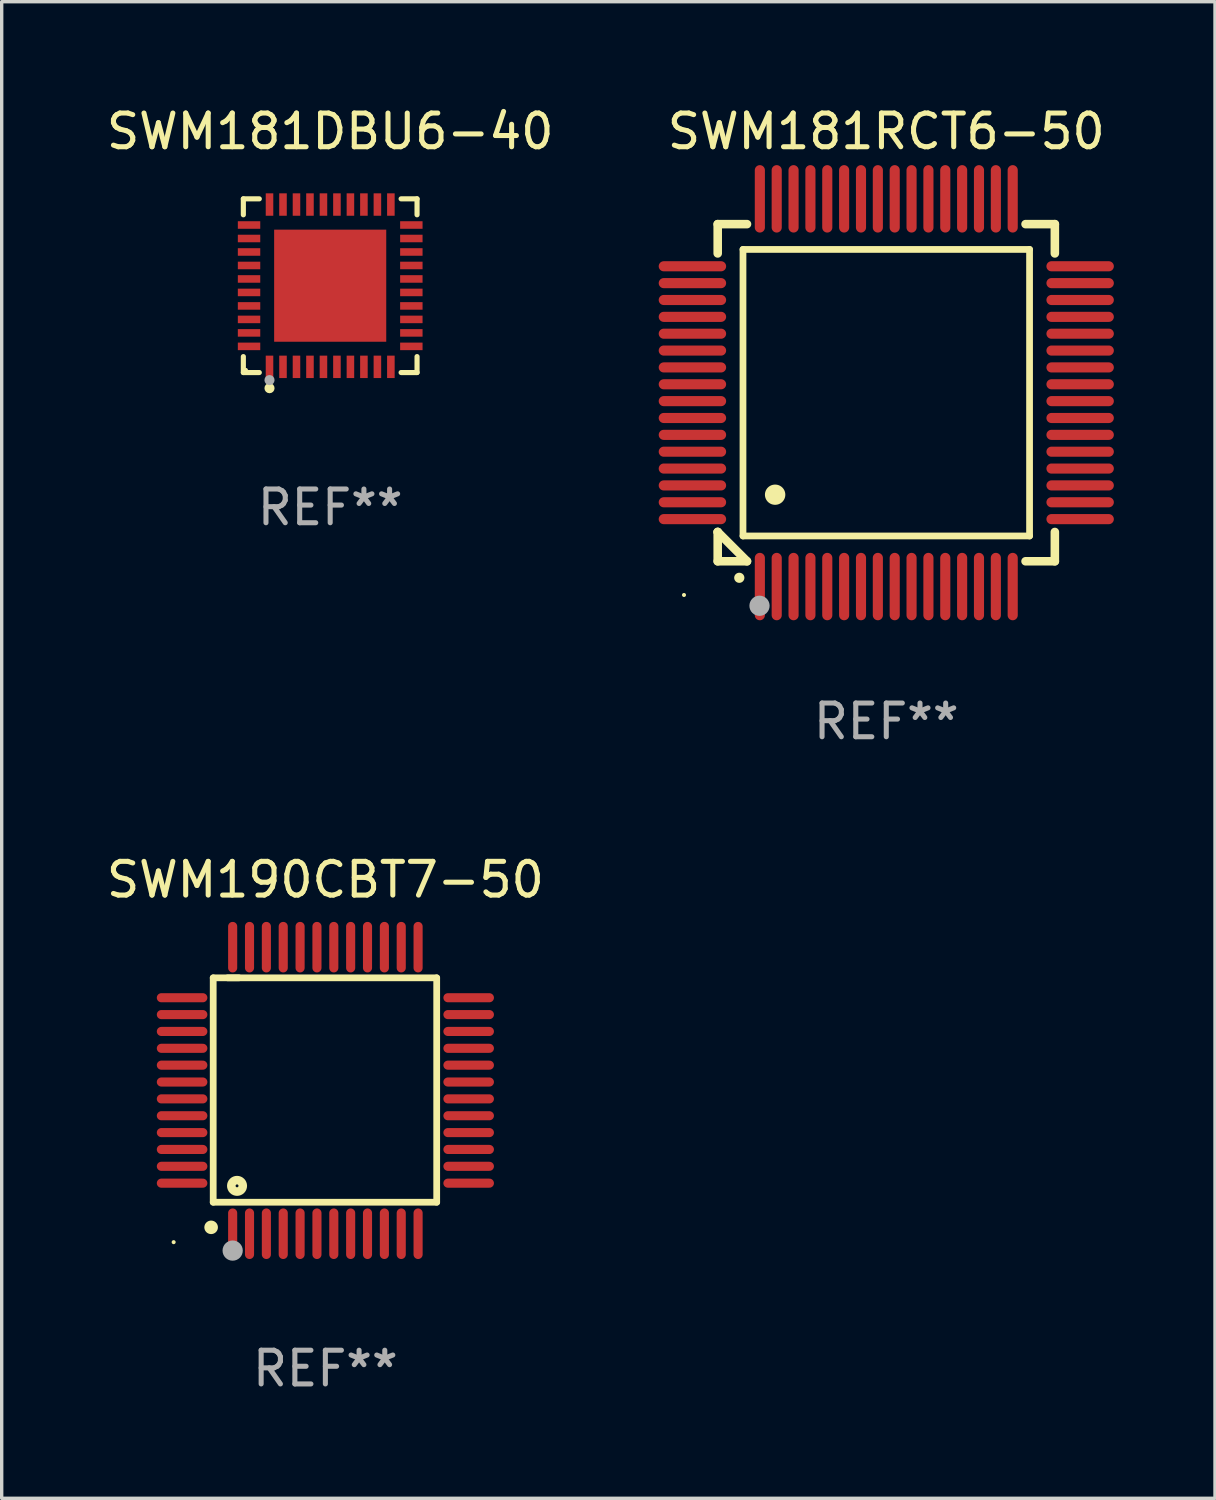
<source format=kicad_pcb>
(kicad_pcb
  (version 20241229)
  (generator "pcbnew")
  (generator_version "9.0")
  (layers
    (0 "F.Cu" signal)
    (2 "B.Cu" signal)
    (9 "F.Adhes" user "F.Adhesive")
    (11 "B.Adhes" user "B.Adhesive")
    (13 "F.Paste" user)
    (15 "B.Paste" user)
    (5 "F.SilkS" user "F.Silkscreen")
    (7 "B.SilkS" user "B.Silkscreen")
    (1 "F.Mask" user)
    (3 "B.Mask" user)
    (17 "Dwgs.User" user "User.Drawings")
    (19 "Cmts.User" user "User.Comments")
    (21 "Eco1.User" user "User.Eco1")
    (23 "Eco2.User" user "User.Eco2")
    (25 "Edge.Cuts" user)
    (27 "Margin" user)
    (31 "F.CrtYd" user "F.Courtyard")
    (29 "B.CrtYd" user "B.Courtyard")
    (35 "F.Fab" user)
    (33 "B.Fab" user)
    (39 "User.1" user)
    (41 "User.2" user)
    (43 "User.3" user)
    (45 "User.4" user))
  (footprint "SWM181RCT6-50"
    (layer "F.Cu")
    (at 23.238 8.598)
    (property "Reference" "SWM181RCT6-50" (at 0 -7.75 0) (layer "F.SilkS") (effects (font (size 1 1) (thickness 0.15))))
    (attr through_hole)
    (fp_line (start -5 -5) (end -4.131 -5) (stroke (width 0.254) (type solid)) (layer "F.SilkS"))
    (fp_line (start -5 -4.131) (end -5 -5) (stroke (width 0.254) (type solid)) (layer "F.SilkS"))
    (fp_line (start -5 4.131) (end -5 4.131) (stroke (width 0.254) (type solid)) (layer "F.SilkS"))
    (fp_line (start -5 5) (end -5 4.131) (stroke (width 0.254) (type solid)) (layer "F.SilkS"))
    (fp_line (start -5 4.131) (end -4.131 5) (stroke (width 0.254) (type solid)) (layer "F.SilkS"))
    (fp_line (start -4.25 -4.25) (end -4.25 4.25) (stroke (width 0.2) (type solid)) (layer "F.SilkS"))
    (fp_line (start -4.25 4.25) (end 4.25 4.25) (stroke (width 0.2) (type solid)) (layer "F.SilkS"))
    (fp_line (start -4.131 5) (end -5 5) (stroke (width 0.254) (type solid)) (layer "F.SilkS"))
    (fp_line (start 4.25 -4.25) (end -4.25 -4.25) (stroke (width 0.2) (type solid)) (layer "F.SilkS"))
    (fp_line (start 4.25 4.25) (end 4.25 -4.25) (stroke (width 0.2) (type solid)) (layer "F.SilkS"))
    (fp_line (start 5 -5) (end 4.131 -5) (stroke (width 0.254) (type solid)) (layer "F.SilkS"))
    (fp_line (start 5 -5) (end 5 -4.131) (stroke (width 0.254) (type solid)) (layer "F.SilkS"))
    (fp_line (start 5 4.131) (end 5 5) (stroke (width 0.254) (type solid)) (layer "F.SilkS"))
    (fp_line (start 5 5) (end 4.131 5) (stroke (width 0.254) (type solid)) (layer "F.SilkS"))
    (fp_arc (start -4.361265 5.489992) (mid -4.359995 5.489987) (end -4.358725 5.489992) (stroke (width 0.3) (type solid)) (layer "F.SilkS"))
    (fp_arc (start -3.299467 3.025146) (mid -3.296927 3.025135) (end -3.294387 3.025146) (stroke (width 0.6) (type solid)) (layer "F.SilkS"))
    (fp_circle (center -6 6) (end -5.97 6) (stroke (width 0.06) (type solid)) (fill no) (layer "F.SilkS"))
    (fp_circle (center -3.76 6.32) (end -3.61 6.32) (stroke (width 0.3) (type solid)) (fill no) (layer "F.Fab"))
    (fp_text user "REF**" (at 0 9.75 0) (layer "F.Fab") (effects (font (size 1 1) (thickness 0.15))))
    (pad "1" smd oval (at -3.75 5.75) (size 0.3 2) (layers "F.Cu" "F.Mask" "F.Paste"))
    (pad "2" smd oval (at -3.25 5.75) (size 0.3 2) (layers "F.Cu" "F.Mask" "F.Paste"))
    (pad "3" smd oval (at -2.75 5.75) (size 0.3 2) (layers "F.Cu" "F.Mask" "F.Paste"))
    (pad "4" smd oval (at -2.25 5.75) (size 0.3 2) (layers "F.Cu" "F.Mask" "F.Paste"))
    (pad "5" smd oval (at -1.75 5.75) (size 0.3 2) (layers "F.Cu" "F.Mask" "F.Paste"))
    (pad "6" smd oval (at -1.25 5.75) (size 0.3 2) (layers "F.Cu" "F.Mask" "F.Paste"))
    (pad "7" smd oval (at -0.75 5.75) (size 0.3 2) (layers "F.Cu" "F.Mask" "F.Paste"))
    (pad "8" smd oval (at -0.25 5.75) (size 0.3 2) (layers "F.Cu" "F.Mask" "F.Paste"))
    (pad "9" smd oval (at 0.25 5.75) (size 0.3 2) (layers "F.Cu" "F.Mask" "F.Paste"))
    (pad "10" smd oval (at 0.75 5.75) (size 0.3 2) (layers "F.Cu" "F.Mask" "F.Paste"))
    (pad "11" smd oval (at 1.25 5.75) (size 0.3 2) (layers "F.Cu" "F.Mask" "F.Paste"))
    (pad "12" smd oval (at 1.75 5.75) (size 0.3 2) (layers "F.Cu" "F.Mask" "F.Paste"))
    (pad "13" smd oval (at 2.25 5.75) (size 0.3 2) (layers "F.Cu" "F.Mask" "F.Paste"))
    (pad "14" smd oval (at 2.75 5.75) (size 0.3 2) (layers "F.Cu" "F.Mask" "F.Paste"))
    (pad "15" smd oval (at 3.25 5.75) (size 0.3 2) (layers "F.Cu" "F.Mask" "F.Paste"))
    (pad "16" smd oval (at 3.75 5.75) (size 0.3 2) (layers "F.Cu" "F.Mask" "F.Paste"))
    (pad "17" smd oval (at 5.75 3.75) (size 2 0.3) (layers "F.Cu" "F.Mask" "F.Paste"))
    (pad "18" smd oval (at 5.75 3.25) (size 2 0.3) (layers "F.Cu" "F.Mask" "F.Paste"))
    (pad "19" smd oval (at 5.75 2.75) (size 2 0.3) (layers "F.Cu" "F.Mask" "F.Paste"))
    (pad "20" smd oval (at 5.75 2.25) (size 2 0.3) (layers "F.Cu" "F.Mask" "F.Paste"))
    (pad "21" smd oval (at 5.75 1.75) (size 2 0.3) (layers "F.Cu" "F.Mask" "F.Paste"))
    (pad "22" smd oval (at 5.75 1.25) (size 2 0.3) (layers "F.Cu" "F.Mask" "F.Paste"))
    (pad "23" smd oval (at 5.75 0.75) (size 2 0.3) (layers "F.Cu" "F.Mask" "F.Paste"))
    (pad "24" smd oval (at 5.75 0.25) (size 2 0.3) (layers "F.Cu" "F.Mask" "F.Paste"))
    (pad "25" smd oval (at 5.75 -0.25) (size 2 0.3) (layers "F.Cu" "F.Mask" "F.Paste"))
    (pad "26" smd oval (at 5.75 -0.75) (size 2 0.3) (layers "F.Cu" "F.Mask" "F.Paste"))
    (pad "27" smd oval (at 5.75 -1.25) (size 2 0.3) (layers "F.Cu" "F.Mask" "F.Paste"))
    (pad "28" smd oval (at 5.75 -1.75) (size 2 0.3) (layers "F.Cu" "F.Mask" "F.Paste"))
    (pad "29" smd oval (at 5.75 -2.25) (size 2 0.3) (layers "F.Cu" "F.Mask" "F.Paste"))
    (pad "30" smd oval (at 5.75 -2.75) (size 2 0.3) (layers "F.Cu" "F.Mask" "F.Paste"))
    (pad "31" smd oval (at 5.75 -3.25) (size 2 0.3) (layers "F.Cu" "F.Mask" "F.Paste"))
    (pad "32" smd oval (at 5.75 -3.75) (size 2 0.3) (layers "F.Cu" "F.Mask" "F.Paste"))
    (pad "33" smd oval (at 3.75 -5.75) (size 0.3 2) (layers "F.Cu" "F.Mask" "F.Paste"))
    (pad "34" smd oval (at 3.25 -5.75) (size 0.3 2) (layers "F.Cu" "F.Mask" "F.Paste"))
    (pad "35" smd oval (at 2.75 -5.75) (size 0.3 2) (layers "F.Cu" "F.Mask" "F.Paste"))
    (pad "36" smd oval (at 2.25 -5.75) (size 0.3 2) (layers "F.Cu" "F.Mask" "F.Paste"))
    (pad "37" smd oval (at 1.75 -5.75) (size 0.3 2) (layers "F.Cu" "F.Mask" "F.Paste"))
    (pad "38" smd oval (at 1.25 -5.75) (size 0.3 2) (layers "F.Cu" "F.Mask" "F.Paste"))
    (pad "39" smd oval (at 0.75 -5.75) (size 0.3 2) (layers "F.Cu" "F.Mask" "F.Paste"))
    (pad "40" smd oval (at 0.25 -5.75) (size 0.3 2) (layers "F.Cu" "F.Mask" "F.Paste"))
    (pad "41" smd oval (at -0.25 -5.75) (size 0.3 2) (layers "F.Cu" "F.Mask" "F.Paste"))
    (pad "42" smd oval (at -0.75 -5.75) (size 0.3 2) (layers "F.Cu" "F.Mask" "F.Paste"))
    (pad "43" smd oval (at -1.25 -5.75) (size 0.3 2) (layers "F.Cu" "F.Mask" "F.Paste"))
    (pad "44" smd oval (at -1.75 -5.75) (size 0.3 2) (layers "F.Cu" "F.Mask" "F.Paste"))
    (pad "45" smd oval (at -2.25 -5.75) (size 0.3 2) (layers "F.Cu" "F.Mask" "F.Paste"))
    (pad "46" smd oval (at -2.75 -5.75) (size 0.3 2) (layers "F.Cu" "F.Mask" "F.Paste"))
    (pad "47" smd oval (at -3.25 -5.75) (size 0.3 2) (layers "F.Cu" "F.Mask" "F.Paste"))
    (pad "48" smd oval (at -3.75 -5.75) (size 0.3 2) (layers "F.Cu" "F.Mask" "F.Paste"))
    (pad "49" smd oval (at -5.75 -3.75) (size 2 0.3) (layers "F.Cu" "F.Mask" "F.Paste"))
    (pad "50" smd oval (at -5.75 -3.25) (size 2 0.3) (layers "F.Cu" "F.Mask" "F.Paste"))
    (pad "51" smd oval (at -5.75 -2.75) (size 2 0.3) (layers "F.Cu" "F.Mask" "F.Paste"))
    (pad "52" smd oval (at -5.75 -2.25) (size 2 0.3) (layers "F.Cu" "F.Mask" "F.Paste"))
    (pad "53" smd oval (at -5.75 -1.75) (size 2 0.3) (layers "F.Cu" "F.Mask" "F.Paste"))
    (pad "54" smd oval (at -5.75 -1.25) (size 2 0.3) (layers "F.Cu" "F.Mask" "F.Paste"))
    (pad "55" smd oval (at -5.75 -0.75) (size 2 0.3) (layers "F.Cu" "F.Mask" "F.Paste"))
    (pad "56" smd oval (at -5.75 -0.25) (size 2 0.3) (layers "F.Cu" "F.Mask" "F.Paste"))
    (pad "57" smd oval (at -5.75 0.25) (size 2 0.3) (layers "F.Cu" "F.Mask" "F.Paste"))
    (pad "58" smd oval (at -5.75 0.75) (size 2 0.3) (layers "F.Cu" "F.Mask" "F.Paste"))
    (pad "59" smd oval (at -5.75 1.25) (size 2 0.3) (layers "F.Cu" "F.Mask" "F.Paste"))
    (pad "60" smd oval (at -5.75 1.75) (size 2 0.3) (layers "F.Cu" "F.Mask" "F.Paste"))
    (pad "61" smd oval (at -5.75 2.25) (size 2 0.3) (layers "F.Cu" "F.Mask" "F.Paste"))
    (pad "62" smd oval (at -5.75 2.75) (size 2 0.3) (layers "F.Cu" "F.Mask" "F.Paste"))
    (pad "63" smd oval (at -5.75 3.25) (size 2 0.3) (layers "F.Cu" "F.Mask" "F.Paste"))
    (pad "64" smd oval (at -5.75 3.75) (size 2 0.3) (layers "F.Cu" "F.Mask" "F.Paste")))
  (footprint "SWM190CBT7-50"
    (layer "F.Cu")
    (at 6.601 29.294)
    (property "Reference" "SWM190CBT7-50" (at 0 -6.25 0) (layer "F.SilkS") (effects (font (size 1 1) (thickness 0.15))))
    (attr through_hole)
    (fp_line (start -3.327 -3.34) (end -2.565 -3.34) (stroke (width 0.2) (type solid)) (layer "F.SilkS"))
    (fp_line (start -3.327 3.315) (end -3.327 -3.34) (stroke (width 0.2) (type solid)) (layer "F.SilkS"))
    (fp_line (start -2.896 -3.34) (end 3.302 -3.34) (stroke (width 0.2) (type solid)) (layer "F.SilkS"))
    (fp_line (start 3.302 -3.34) (end 3.302 3.315) (stroke (width 0.2) (type solid)) (layer "F.SilkS"))
    (fp_line (start 3.302 3.315) (end -3.327 3.315) (stroke (width 0.2) (type solid)) (layer "F.SilkS"))
    (fp_arc (start -3.389992 4.059995) (mid -3.388722 4.059991) (end -3.387452 4.059995) (stroke (width 0.4) (type solid)) (layer "F.SilkS"))
    (fp_circle (center -4.5 4.5) (end -4.47 4.5) (stroke (width 0.06) (type solid)) (fill no) (layer "F.SilkS"))
    (fp_circle (center -2.62 2.83) (end -2.45 2.83) (stroke (width 0.254) (type solid)) (fill no) (layer "F.SilkS"))
    (fp_circle (center -2.75 4.75) (end -2.6 4.75) (stroke (width 0.3) (type solid)) (fill no) (layer "F.Fab"))
    (fp_text user "REF**" (at 0 8.25 0) (layer "F.Fab") (effects (font (size 1 1) (thickness 0.15))))
    (pad "1" smd oval (at -2.75 4.25) (size 0.27 1.5) (layers "F.Cu" "F.Mask" "F.Paste"))
    (pad "2" smd oval (at -2.25 4.25) (size 0.27 1.5) (layers "F.Cu" "F.Mask" "F.Paste"))
    (pad "3" smd oval (at -1.75 4.25) (size 0.27 1.5) (layers "F.Cu" "F.Mask" "F.Paste"))
    (pad "4" smd oval (at -1.25 4.25) (size 0.27 1.5) (layers "F.Cu" "F.Mask" "F.Paste"))
    (pad "5" smd oval (at -0.75 4.25) (size 0.27 1.5) (layers "F.Cu" "F.Mask" "F.Paste"))
    (pad "6" smd oval (at -0.25 4.25) (size 0.27 1.5) (layers "F.Cu" "F.Mask" "F.Paste"))
    (pad "7" smd oval (at 0.25 4.25) (size 0.27 1.5) (layers "F.Cu" "F.Mask" "F.Paste"))
    (pad "8" smd oval (at 0.75 4.25) (size 0.27 1.5) (layers "F.Cu" "F.Mask" "F.Paste"))
    (pad "9" smd oval (at 1.25 4.25) (size 0.27 1.5) (layers "F.Cu" "F.Mask" "F.Paste"))
    (pad "10" smd oval (at 1.75 4.25) (size 0.27 1.5) (layers "F.Cu" "F.Mask" "F.Paste"))
    (pad "11" smd oval (at 2.25 4.25) (size 0.27 1.5) (layers "F.Cu" "F.Mask" "F.Paste"))
    (pad "12" smd oval (at 2.75 4.25) (size 0.27 1.5) (layers "F.Cu" "F.Mask" "F.Paste"))
    (pad "13" smd oval (at 4.25 2.75) (size 1.5 0.27) (layers "F.Cu" "F.Mask" "F.Paste"))
    (pad "14" smd oval (at 4.25 2.25) (size 1.5 0.27) (layers "F.Cu" "F.Mask" "F.Paste"))
    (pad "15" smd oval (at 4.25 1.75) (size 1.5 0.27) (layers "F.Cu" "F.Mask" "F.Paste"))
    (pad "16" smd oval (at 4.25 1.25) (size 1.5 0.27) (layers "F.Cu" "F.Mask" "F.Paste"))
    (pad "17" smd oval (at 4.25 0.75) (size 1.5 0.27) (layers "F.Cu" "F.Mask" "F.Paste"))
    (pad "18" smd oval (at 4.25 0.25) (size 1.5 0.27) (layers "F.Cu" "F.Mask" "F.Paste"))
    (pad "19" smd oval (at 4.25 -0.25) (size 1.5 0.27) (layers "F.Cu" "F.Mask" "F.Paste"))
    (pad "20" smd oval (at 4.25 -0.75) (size 1.5 0.27) (layers "F.Cu" "F.Mask" "F.Paste"))
    (pad "21" smd oval (at 4.25 -1.25) (size 1.5 0.27) (layers "F.Cu" "F.Mask" "F.Paste"))
    (pad "22" smd oval (at 4.25 -1.75) (size 1.5 0.27) (layers "F.Cu" "F.Mask" "F.Paste"))
    (pad "23" smd oval (at 4.25 -2.25) (size 1.5 0.27) (layers "F.Cu" "F.Mask" "F.Paste"))
    (pad "24" smd oval (at 4.25 -2.75) (size 1.5 0.27) (layers "F.Cu" "F.Mask" "F.Paste"))
    (pad "25" smd oval (at 2.75 -4.25) (size 0.27 1.5) (layers "F.Cu" "F.Mask" "F.Paste"))
    (pad "26" smd oval (at 2.25 -4.25) (size 0.27 1.5) (layers "F.Cu" "F.Mask" "F.Paste"))
    (pad "27" smd oval (at 1.75 -4.25) (size 0.27 1.5) (layers "F.Cu" "F.Mask" "F.Paste"))
    (pad "28" smd oval (at 1.25 -4.25) (size 0.27 1.5) (layers "F.Cu" "F.Mask" "F.Paste"))
    (pad "29" smd oval (at 0.75 -4.25) (size 0.27 1.5) (layers "F.Cu" "F.Mask" "F.Paste"))
    (pad "30" smd oval (at 0.25 -4.25) (size 0.27 1.5) (layers "F.Cu" "F.Mask" "F.Paste"))
    (pad "31" smd oval (at -0.25 -4.25) (size 0.27 1.5) (layers "F.Cu" "F.Mask" "F.Paste"))
    (pad "32" smd oval (at -0.75 -4.25) (size 0.27 1.5) (layers "F.Cu" "F.Mask" "F.Paste"))
    (pad "33" smd oval (at -1.25 -4.25) (size 0.27 1.5) (layers "F.Cu" "F.Mask" "F.Paste"))
    (pad "34" smd oval (at -1.75 -4.25) (size 0.27 1.5) (layers "F.Cu" "F.Mask" "F.Paste"))
    (pad "35" smd oval (at -2.25 -4.25) (size 0.27 1.5) (layers "F.Cu" "F.Mask" "F.Paste"))
    (pad "36" smd oval (at -2.75 -4.25) (size 0.27 1.5) (layers "F.Cu" "F.Mask" "F.Paste"))
    (pad "37" smd oval (at -4.25 -2.75) (size 1.5 0.27) (layers "F.Cu" "F.Mask" "F.Paste"))
    (pad "38" smd oval (at -4.25 -2.25) (size 1.5 0.27) (layers "F.Cu" "F.Mask" "F.Paste"))
    (pad "39" smd oval (at -4.25 -1.75) (size 1.5 0.27) (layers "F.Cu" "F.Mask" "F.Paste"))
    (pad "40" smd oval (at -4.25 -1.25) (size 1.5 0.27) (layers "F.Cu" "F.Mask" "F.Paste"))
    (pad "41" smd oval (at -4.25 -0.75) (size 1.5 0.27) (layers "F.Cu" "F.Mask" "F.Paste"))
    (pad "42" smd oval (at -4.25 -0.25) (size 1.5 0.27) (layers "F.Cu" "F.Mask" "F.Paste"))
    (pad "43" smd oval (at -4.25 0.25) (size 1.5 0.27) (layers "F.Cu" "F.Mask" "F.Paste"))
    (pad "44" smd oval (at -4.25 0.75) (size 1.5 0.27) (layers "F.Cu" "F.Mask" "F.Paste"))
    (pad "45" smd oval (at -4.25 1.25) (size 1.5 0.27) (layers "F.Cu" "F.Mask" "F.Paste"))
    (pad "46" smd oval (at -4.25 1.75) (size 1.5 0.27) (layers "F.Cu" "F.Mask" "F.Paste"))
    (pad "47" smd oval (at -4.25 2.25) (size 1.5 0.27) (layers "F.Cu" "F.Mask" "F.Paste"))
    (pad "48" smd oval (at -4.25 2.75) (size 1.5 0.27) (layers "F.Cu" "F.Mask" "F.Paste")))
  (footprint "SWM181DBU6-40"
    (layer "F.Cu")
    (at 6.744 5.424)
    (property "Reference" "SWM181DBU6-40" (at 0 -4.576 0) (layer "F.SilkS") (effects (font (size 1 1) (thickness 0.15))))
    (attr through_hole)
    (fp_line (start -2.576 -2.576) (end -2.103 -2.576) (stroke (width 0.152) (type solid)) (layer "F.SilkS"))
    (fp_line (start -2.576 -2.103) (end -2.576 -2.576) (stroke (width 0.152) (type solid)) (layer "F.SilkS"))
    (fp_line (start -2.576 2.103) (end -2.576 2.576) (stroke (width 0.152) (type solid)) (layer "F.SilkS"))
    (fp_line (start -2.576 2.576) (end -2.103 2.576) (stroke (width 0.152) (type solid)) (layer "F.SilkS"))
    (fp_line (start 2.576 -2.576) (end 2.103 -2.576) (stroke (width 0.152) (type solid)) (layer "F.SilkS"))
    (fp_line (start 2.576 -2.103) (end 2.576 -2.576) (stroke (width 0.152) (type solid)) (layer "F.SilkS"))
    (fp_line (start 2.576 2.103) (end 2.576 2.576) (stroke (width 0.152) (type solid)) (layer "F.SilkS"))
    (fp_line (start 2.576 2.576) (end 2.103 2.576) (stroke (width 0.152) (type solid)) (layer "F.SilkS"))
    (fp_circle (center -2.5 2.5) (end -2.47 2.5) (stroke (width 0.06) (type solid)) (fill no) (layer "F.SilkS"))
    (fp_circle (center -1.8 3.04) (end -1.725 3.04) (stroke (width 0.15) (type solid)) (fill no) (layer "F.SilkS"))
    (fp_circle (center -1.8 2.8) (end -1.725 2.8) (stroke (width 0.15) (type solid)) (fill no) (layer "F.Fab"))
    (fp_text user "REF**" (at 0 6.576 0) (layer "F.Fab") (effects (font (size 1 1) (thickness 0.15))))
    (pad "1" smd rect (at -1.8 2.407) (size 0.224 0.665) (layers "F.Cu" "F.Mask" "F.Paste"))
    (pad "2" smd rect (at -1.4 2.407) (size 0.224 0.665) (layers "F.Cu" "F.Mask" "F.Paste"))
    (pad "3" smd rect (at -1 2.407) (size 0.224 0.665) (layers "F.Cu" "F.Mask" "F.Paste"))
    (pad "4" smd rect (at -0.6 2.407) (size 0.224 0.665) (layers "F.Cu" "F.Mask" "F.Paste"))
    (pad "5" smd rect (at -0.2 2.407) (size 0.224 0.665) (layers "F.Cu" "F.Mask" "F.Paste"))
    (pad "6" smd rect (at 0.2 2.407) (size 0.224 0.665) (layers "F.Cu" "F.Mask" "F.Paste"))
    (pad "7" smd rect (at 0.6 2.407) (size 0.224 0.665) (layers "F.Cu" "F.Mask" "F.Paste"))
    (pad "8" smd rect (at 1 2.407) (size 0.224 0.665) (layers "F.Cu" "F.Mask" "F.Paste"))
    (pad "9" smd rect (at 1.4 2.407) (size 0.224 0.665) (layers "F.Cu" "F.Mask" "F.Paste"))
    (pad "10" smd rect (at 1.8 2.407) (size 0.224 0.665) (layers "F.Cu" "F.Mask" "F.Paste"))
    (pad "11" smd rect (at 2.407 1.8) (size 0.665 0.224) (layers "F.Cu" "F.Mask" "F.Paste"))
    (pad "12" smd rect (at 2.407 1.4) (size 0.665 0.224) (layers "F.Cu" "F.Mask" "F.Paste"))
    (pad "13" smd rect (at 2.407 1) (size 0.665 0.224) (layers "F.Cu" "F.Mask" "F.Paste"))
    (pad "14" smd rect (at 2.407 0.6) (size 0.665 0.224) (layers "F.Cu" "F.Mask" "F.Paste"))
    (pad "15" smd rect (at 2.407 0.2) (size 0.665 0.224) (layers "F.Cu" "F.Mask" "F.Paste"))
    (pad "16" smd rect (at 2.407 -0.2) (size 0.665 0.224) (layers "F.Cu" "F.Mask" "F.Paste"))
    (pad "17" smd rect (at 2.407 -0.6) (size 0.665 0.224) (layers "F.Cu" "F.Mask" "F.Paste"))
    (pad "18" smd rect (at 2.407 -1) (size 0.665 0.224) (layers "F.Cu" "F.Mask" "F.Paste"))
    (pad "19" smd rect (at 2.407 -1.4) (size 0.665 0.224) (layers "F.Cu" "F.Mask" "F.Paste"))
    (pad "20" smd rect (at 2.407 -1.8) (size 0.665 0.224) (layers "F.Cu" "F.Mask" "F.Paste"))
    (pad "21" smd rect (at 1.8 -2.407) (size 0.224 0.665) (layers "F.Cu" "F.Mask" "F.Paste"))
    (pad "22" smd rect (at 1.4 -2.407) (size 0.224 0.665) (layers "F.Cu" "F.Mask" "F.Paste"))
    (pad "23" smd rect (at 1 -2.407) (size 0.224 0.665) (layers "F.Cu" "F.Mask" "F.Paste"))
    (pad "24" smd rect (at 0.6 -2.407) (size 0.224 0.665) (layers "F.Cu" "F.Mask" "F.Paste"))
    (pad "25" smd rect (at 0.2 -2.407) (size 0.224 0.665) (layers "F.Cu" "F.Mask" "F.Paste"))
    (pad "26" smd rect (at -0.2 -2.407) (size 0.224 0.665) (layers "F.Cu" "F.Mask" "F.Paste"))
    (pad "27" smd rect (at -0.6 -2.407) (size 0.224 0.665) (layers "F.Cu" "F.Mask" "F.Paste"))
    (pad "28" smd rect (at -1 -2.407) (size 0.224 0.665) (layers "F.Cu" "F.Mask" "F.Paste"))
    (pad "29" smd rect (at -1.4 -2.407) (size 0.224 0.665) (layers "F.Cu" "F.Mask" "F.Paste"))
    (pad "30" smd rect (at -1.8 -2.407) (size 0.224 0.665) (layers "F.Cu" "F.Mask" "F.Paste"))
    (pad "31" smd rect (at -2.407 -1.8) (size 0.665 0.224) (layers "F.Cu" "F.Mask" "F.Paste"))
    (pad "32" smd rect (at -2.407 -1.4) (size 0.665 0.224) (layers "F.Cu" "F.Mask" "F.Paste"))
    (pad "33" smd rect (at -2.407 -1) (size 0.665 0.224) (layers "F.Cu" "F.Mask" "F.Paste"))
    (pad "34" smd rect (at -2.407 -0.6) (size 0.665 0.224) (layers "F.Cu" "F.Mask" "F.Paste"))
    (pad "35" smd rect (at -2.407 -0.2) (size 0.665 0.224) (layers "F.Cu" "F.Mask" "F.Paste"))
    (pad "36" smd rect (at -2.407 0.2) (size 0.665 0.224) (layers "F.Cu" "F.Mask" "F.Paste"))
    (pad "37" smd rect (at -2.407 0.6) (size 0.665 0.224) (layers "F.Cu" "F.Mask" "F.Paste"))
    (pad "38" smd rect (at -2.407 1) (size 0.665 0.224) (layers "F.Cu" "F.Mask" "F.Paste"))
    (pad "39" smd rect (at -2.407 1.4) (size 0.665 0.224) (layers "F.Cu" "F.Mask" "F.Paste"))
    (pad "40" smd rect (at -2.407 1.8) (size 0.665 0.224) (layers "F.Cu" "F.Mask" "F.Paste"))
    (pad "41" smd rect (at 0 0) (size 3.325 3.325) (layers "F.Cu" "F.Mask" "F.Paste")))
  (gr_rect
    (start -3 -3)
    (end 32.988 41.392)
    (stroke (width 0.1) (type default))
    (fill no)
    (layer "Edge.Cuts")))
</source>
